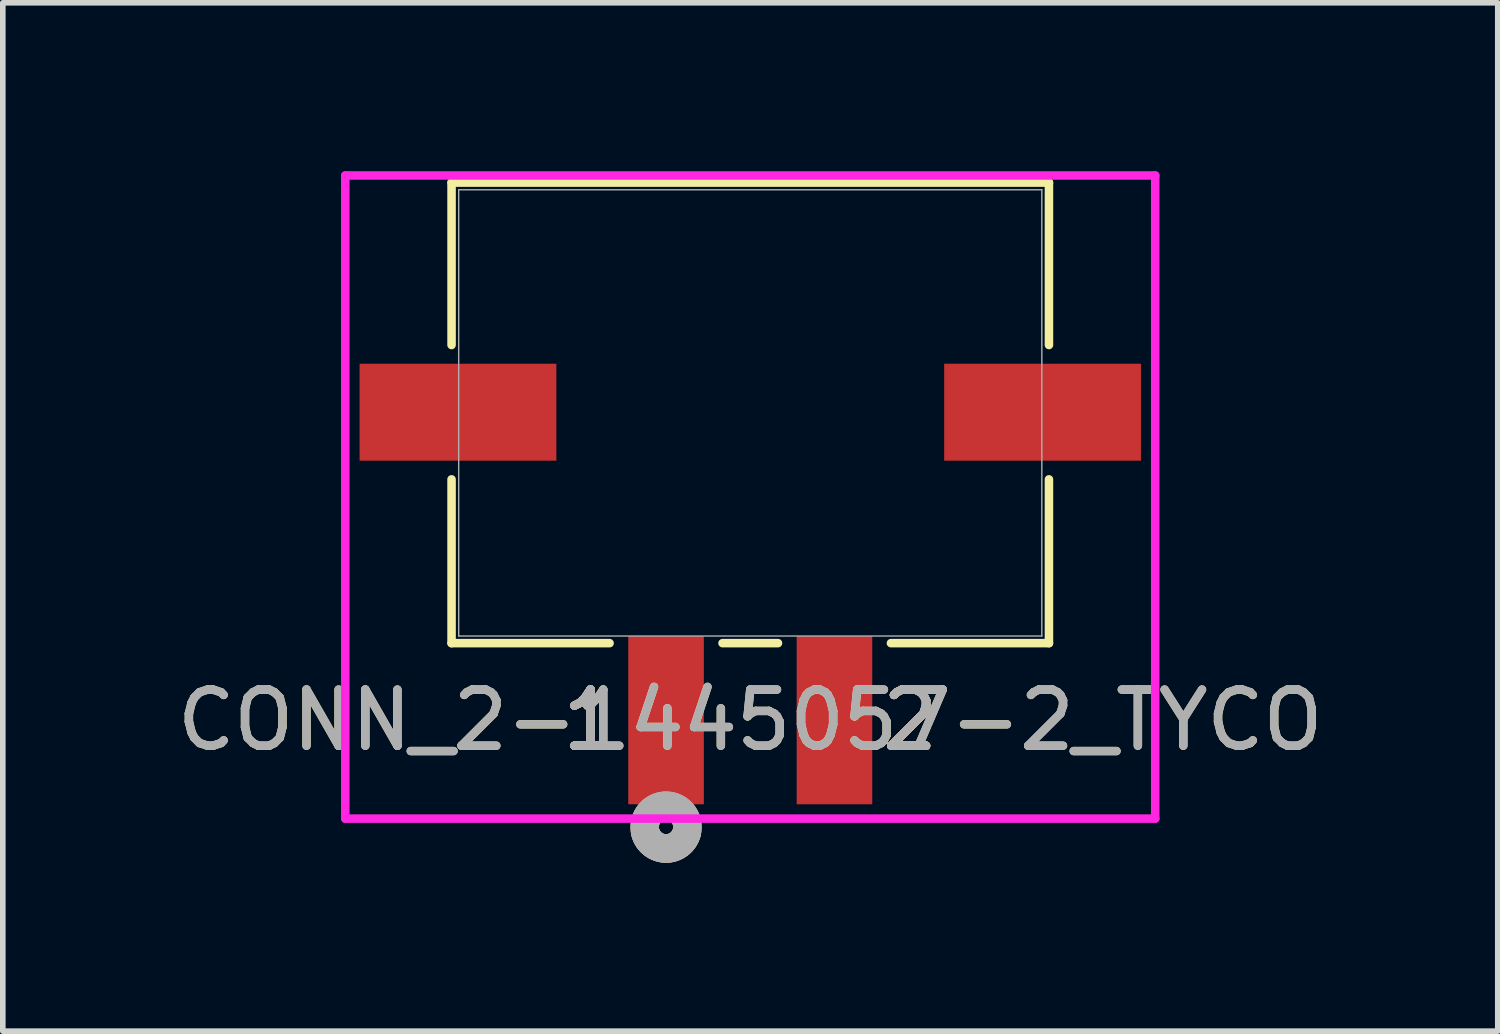
<source format=kicad_pcb>
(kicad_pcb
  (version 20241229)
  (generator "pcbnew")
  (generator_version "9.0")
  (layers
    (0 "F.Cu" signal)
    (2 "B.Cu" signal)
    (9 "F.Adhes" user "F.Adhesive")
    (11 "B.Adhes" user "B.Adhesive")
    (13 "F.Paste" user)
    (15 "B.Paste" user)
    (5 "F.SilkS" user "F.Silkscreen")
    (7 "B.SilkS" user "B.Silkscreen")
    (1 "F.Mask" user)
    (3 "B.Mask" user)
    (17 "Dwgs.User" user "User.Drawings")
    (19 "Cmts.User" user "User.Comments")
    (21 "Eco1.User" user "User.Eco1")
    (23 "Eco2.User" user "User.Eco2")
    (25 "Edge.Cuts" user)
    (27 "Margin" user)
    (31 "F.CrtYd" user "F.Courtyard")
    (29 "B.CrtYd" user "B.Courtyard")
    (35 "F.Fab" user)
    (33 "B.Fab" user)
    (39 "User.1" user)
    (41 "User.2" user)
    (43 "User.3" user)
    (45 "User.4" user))
  (footprint "CONN_2-1445057-2_TYCO"
    (layer "F.Cu")
    (at 8.815 9.779)
    (property "Reference" "CONN_2-1445057-2_TYCO" (at 1.5 0 0) (unlocked yes) (layer "F.SilkS") (effects (font (size 1 1) (thickness 0.15))))
    (attr smd)
    (fp_line (start -3.821 -9.576) (end -3.821 -6.683) (stroke (width 0.152) (type solid)) (layer "F.SilkS"))
    (fp_line (start -3.821 -4.29) (end -3.821 -1.372) (stroke (width 0.152) (type solid)) (layer "F.SilkS"))
    (fp_line (start -3.821 -1.372) (end -1.006 -1.372) (stroke (width 0.152) (type solid)) (layer "F.SilkS"))
    (fp_line (start 1.006 -1.372) (end 1.994 -1.372) (stroke (width 0.152) (type solid)) (layer "F.SilkS"))
    (fp_line (start 4.006 -1.372) (end 6.821 -1.372) (stroke (width 0.152) (type solid)) (layer "F.SilkS"))
    (fp_line (start 6.821 -9.576) (end -3.821 -9.576) (stroke (width 0.152) (type solid)) (layer "F.SilkS"))
    (fp_line (start 6.821 -6.683) (end 6.821 -9.576) (stroke (width 0.152) (type solid)) (layer "F.SilkS"))
    (fp_line (start 6.821 -1.372) (end 6.821 -4.29) (stroke (width 0.152) (type solid)) (layer "F.SilkS"))
    (fp_arc (start 0.366491 2.00914) (mid 0 2.286) (end -0.366491 2.00914) (stroke (width 0.508) (type solid)) (layer "F.SilkS"))
    (fp_circle (center 0 1.905) (end 0.381 1.905) (stroke (width 0.508) (type solid)) (fill no) (layer "B.SilkS"))
    (fp_line (start -5.714 -9.703) (end -5.714 1.753) (stroke (width 0.152) (type solid)) (layer "F.CrtYd"))
    (fp_line (start -5.714 1.753) (end 8.714 1.753) (stroke (width 0.152) (type solid)) (layer "F.CrtYd"))
    (fp_line (start 8.714 -9.703) (end -5.714 -9.703) (stroke (width 0.152) (type solid)) (layer "F.CrtYd"))
    (fp_line (start 8.714 1.753) (end 8.714 -9.703) (stroke (width 0.152) (type solid)) (layer "F.CrtYd"))
    (fp_line (start -3.694 -9.449) (end -3.694 -1.499) (stroke (width 0.025) (type solid)) (layer "F.Fab"))
    (fp_line (start -3.694 -1.499) (end 6.694 -1.499) (stroke (width 0.025) (type solid)) (layer "F.Fab"))
    (fp_line (start 6.694 -9.449) (end -3.694 -9.449) (stroke (width 0.025) (type solid)) (layer "F.Fab"))
    (fp_line (start 6.694 -1.499) (end 6.694 -9.449) (stroke (width 0.025) (type solid)) (layer "F.Fab"))
    (fp_circle (center 0 1.905) (end 0.381 1.905) (stroke (width 0.508) (type solid)) (fill no) (layer "F.Fab"))
    (fp_text user "1" (at -1.346 0 0) (unlocked yes) (layer "F.SilkS") (effects (font (size 1 1) (thickness 0.15))))
    (fp_text user "1" (at -1.346 0 0) (unlocked yes) (layer "F.SilkS") (effects (font (size 1 1) (thickness 0.15))))
    (fp_text user "2" (at 4.346 0 0) (unlocked yes) (layer "F.SilkS") (effects (font (size 1 1) (thickness 0.15))))
    (fp_text user "2" (at 4.346 0 0) (unlocked yes) (layer "F.SilkS") (effects (font (size 1 1) (thickness 0.15))))
    (fp_text user "1" (at -1.346 0 0) (unlocked yes) (layer "B.SilkS") (effects (font (size 1 1) (thickness 0.15))))
    (fp_text user "2" (at 4.346 0 0) (unlocked yes) (layer "B.SilkS") (effects (font (size 1 1) (thickness 0.15))))
    (fp_text user "2" (at 4.346 0 0) (unlocked yes) (layer "B.SilkS") (effects (font (size 1 1) (thickness 0.15))))
    (fp_text user "1" (at -1.346 0 0) (unlocked yes) (layer "B.SilkS") (effects (font (size 1 1) (thickness 0.15))))
    (fp_text user "1" (at -1.346 0 0) (unlocked yes) (layer "F.Fab") (effects (font (size 1 1) (thickness 0.15))))
    (fp_text user "2" (at 4.346 0 0) (unlocked yes) (layer "F.Fab") (effects (font (size 1 1) (thickness 0.15))))
    (fp_text user "1" (at -1.346 0 0) (unlocked yes) (layer "F.Fab") (effects (font (size 1 1) (thickness 0.15))))
    (fp_text user "2" (at 4.346 0 0) (unlocked yes) (layer "F.Fab") (effects (font (size 1 1) (thickness 0.15))))
    (fp_text user "${REFERENCE}" (at 1.5 0 0) (unlocked yes) (layer "F.Fab") (effects (font (size 1 1) (thickness 0.15))))
    (pad "1" smd rect (at 0 0) (size 1.346 2.997) (layers "F.Cu" "F.Mask" "F.Paste"))
    (pad "2" smd rect (at 3 0) (size 1.346 2.997) (layers "F.Cu" "F.Mask" "F.Paste"))
    (pad "7" smd rect (at -3.707 -5.486) (size 3.505 1.727) (layers "F.Cu" "F.Mask" "F.Paste"))
    (pad "8" smd rect (at 6.707 -5.486) (size 3.505 1.727) (layers "F.Cu" "F.Mask" "F.Paste")))
  (gr_rect
    (start -3 -3)
    (end 23.631 15.319)
    (stroke (width 0.1) (type default))
    (fill no)
    (layer "Edge.Cuts")))
</source>
